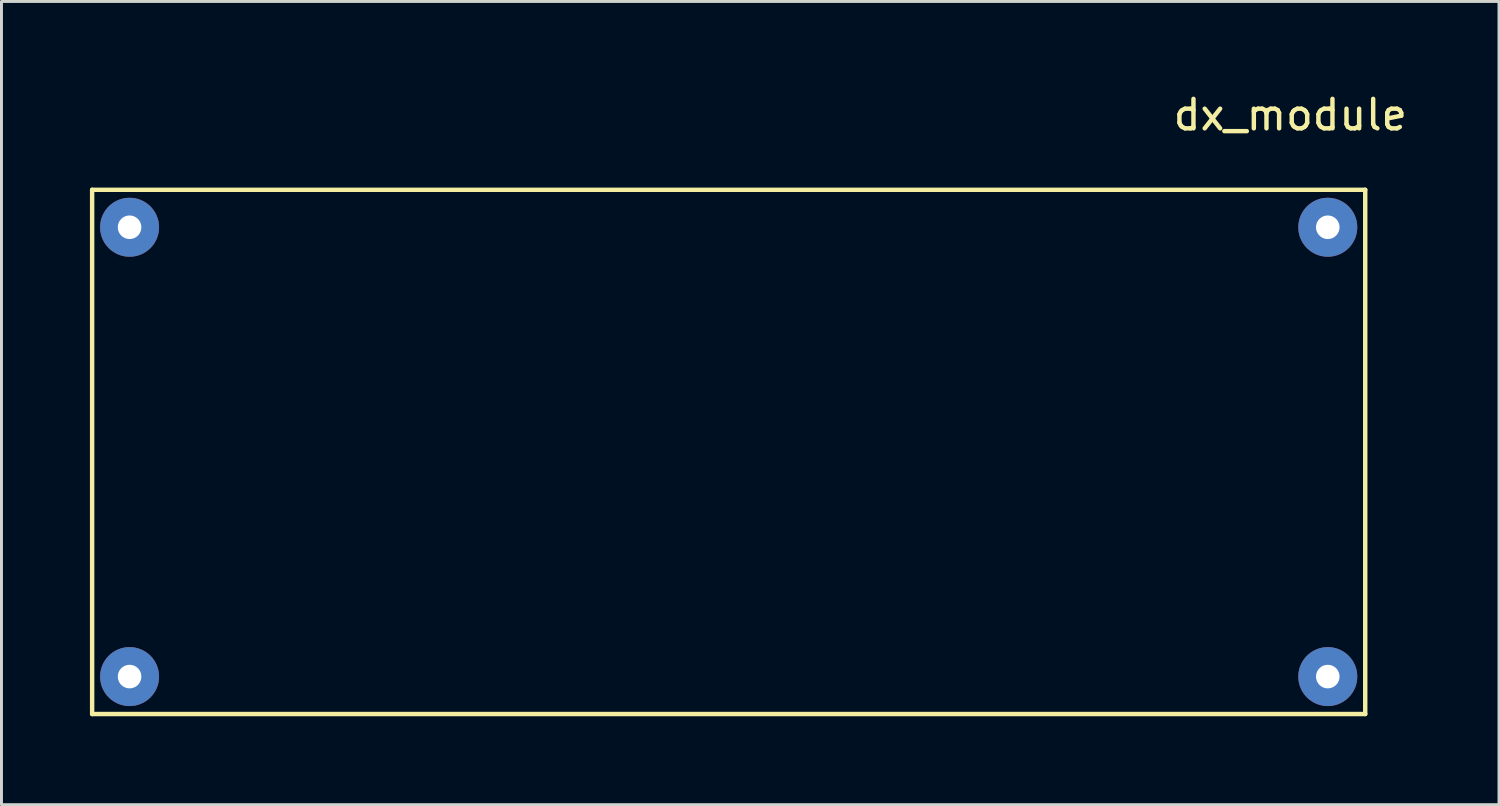
<source format=kicad_pcb>
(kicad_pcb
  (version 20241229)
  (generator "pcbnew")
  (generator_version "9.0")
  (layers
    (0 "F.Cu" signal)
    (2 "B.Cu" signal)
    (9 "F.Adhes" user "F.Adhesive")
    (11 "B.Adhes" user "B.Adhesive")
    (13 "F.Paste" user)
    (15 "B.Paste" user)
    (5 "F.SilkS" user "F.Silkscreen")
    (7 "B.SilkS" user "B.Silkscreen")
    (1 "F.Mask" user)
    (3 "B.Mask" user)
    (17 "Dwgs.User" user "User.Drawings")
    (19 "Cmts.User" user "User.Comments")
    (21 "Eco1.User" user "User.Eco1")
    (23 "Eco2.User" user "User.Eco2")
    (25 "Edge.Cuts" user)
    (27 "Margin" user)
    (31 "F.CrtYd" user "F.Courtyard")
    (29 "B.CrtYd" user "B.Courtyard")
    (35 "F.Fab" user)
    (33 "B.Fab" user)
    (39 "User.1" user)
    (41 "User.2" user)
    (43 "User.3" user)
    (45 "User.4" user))
  (footprint "dx_module"
    (layer "F.Cu")
    (at 1.345 19.898)
    (property "Reference" "dx_module" (at 39.37 -19.05 0) (layer "F.SilkS") (effects (font (size 1 1) (thickness 0.15))))
    (attr through_hole)
    (fp_line (start -1.27 -16.51) (end 41.91 -16.51) (stroke (width 0.15) (type solid)) (layer "F.SilkS"))
    (fp_line (start -1.27 1.27) (end -1.27 -16.51) (stroke (width 0.15) (type solid)) (layer "F.SilkS"))
    (fp_line (start 41.91 -16.51) (end 41.91 1.27) (stroke (width 0.15) (type solid)) (layer "F.SilkS"))
    (fp_line (start 41.91 1.27) (end -1.27 1.27) (stroke (width 0.15) (type solid)) (layer "F.SilkS"))
    (pad "1" thru_hole circle (at 0 0) (size 2 2) (drill 0.8) (layers "*.Cu" "*.Mask"))
    (pad "2" thru_hole circle (at 0 -15.24) (size 2 2) (drill 0.8) (layers "*.Cu" "*.Mask"))
    (pad "3" thru_hole circle (at 40.64 -15.24) (size 2 2) (drill 0.8) (layers "*.Cu" "*.Mask"))
    (pad "4" thru_hole circle (at 40.64 0) (size 2 2) (drill 0.8) (layers "*.Cu" "*.Mask")))
  (gr_rect
    (start -3 -3)
    (end 47.792 24.243)
    (stroke (width 0.1) (type default))
    (fill no)
    (layer "Edge.Cuts")))
</source>
